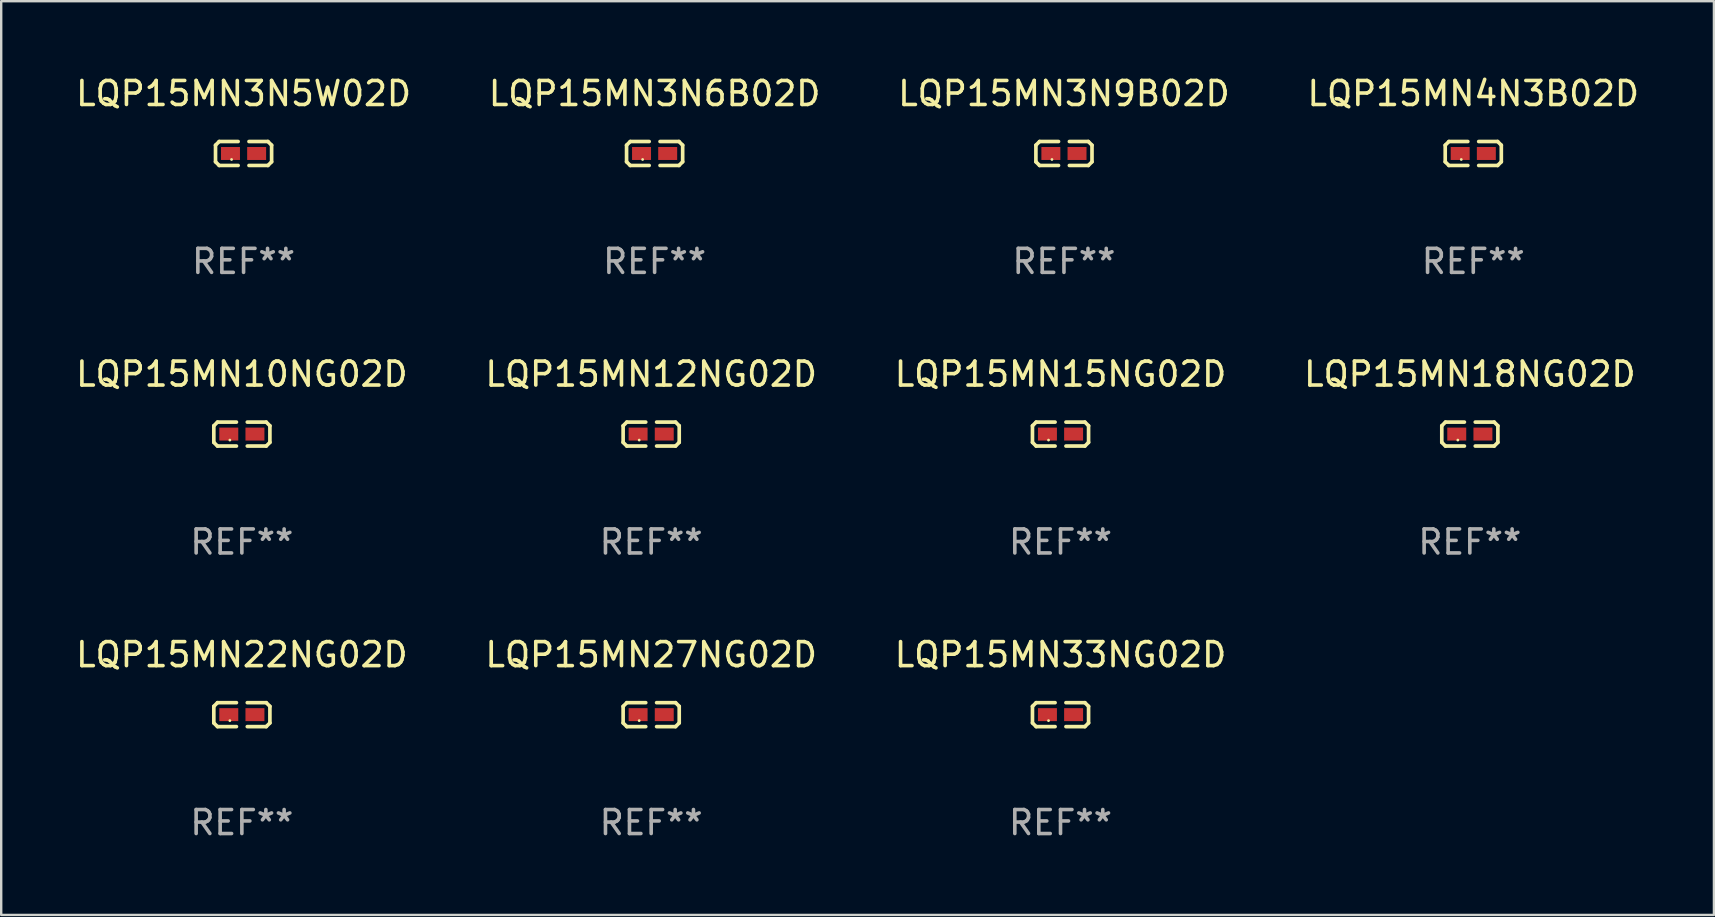
<source format=kicad_pcb>
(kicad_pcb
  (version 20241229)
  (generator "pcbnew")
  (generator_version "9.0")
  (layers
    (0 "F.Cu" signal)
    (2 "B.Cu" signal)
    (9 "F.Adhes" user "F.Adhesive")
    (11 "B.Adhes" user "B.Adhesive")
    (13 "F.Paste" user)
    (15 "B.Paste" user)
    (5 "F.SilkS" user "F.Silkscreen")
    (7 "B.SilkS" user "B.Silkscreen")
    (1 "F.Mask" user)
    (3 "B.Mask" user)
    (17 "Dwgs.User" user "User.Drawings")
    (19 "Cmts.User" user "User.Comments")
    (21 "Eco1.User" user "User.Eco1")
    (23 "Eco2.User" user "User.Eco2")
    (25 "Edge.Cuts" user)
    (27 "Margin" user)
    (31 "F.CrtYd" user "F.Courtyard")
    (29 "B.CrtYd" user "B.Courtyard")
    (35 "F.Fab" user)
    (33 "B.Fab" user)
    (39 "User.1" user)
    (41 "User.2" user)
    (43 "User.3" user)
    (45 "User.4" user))
  (footprint "LQP15MN27NG02D"
    (layer "F.Cu")
    (at 24.089 26.734)
    (property "Reference" "LQP15MN27NG02D" (at 0 -2.499 0) (layer "F.SilkS") (effects (font (size 1 1) (thickness 0.15))))
    (attr through_hole)
    (fp_line (start -1.169 -0.346) (end -1.016 -0.499) (stroke (width 0.152) (type solid)) (layer "F.SilkS"))
    (fp_line (start -1.169 0.346) (end -1.169 -0.346) (stroke (width 0.152) (type solid)) (layer "F.SilkS"))
    (fp_line (start -1.016 -0.499) (end -0.226 -0.499) (stroke (width 0.152) (type solid)) (layer "F.SilkS"))
    (fp_line (start -1.016 0.499) (end -1.169 0.346) (stroke (width 0.152) (type solid)) (layer "F.SilkS"))
    (fp_line (start -0.226 0.499) (end -1.016 0.499) (stroke (width 0.152) (type solid)) (layer "F.SilkS"))
    (fp_line (start 0.226 0.499) (end 1.016 0.499) (stroke (width 0.152) (type solid)) (layer "F.SilkS"))
    (fp_line (start 1.016 -0.499) (end 0.226 -0.499) (stroke (width 0.152) (type solid)) (layer "F.SilkS"))
    (fp_line (start 1.016 0.499) (end 1.169 0.346) (stroke (width 0.152) (type solid)) (layer "F.SilkS"))
    (fp_line (start 1.169 -0.346) (end 1.016 -0.499) (stroke (width 0.152) (type solid)) (layer "F.SilkS"))
    (fp_line (start 1.169 0.346) (end 1.169 -0.346) (stroke (width 0.152) (type solid)) (layer "F.SilkS"))
    (fp_circle (center -0.5 0.25) (end -0.47 0.25) (stroke (width 0.06) (type solid)) (fill no) (layer "F.SilkS"))
    (fp_text user "REF**" (at 0 4.499 0) (layer "F.Fab") (effects (font (size 1 1) (thickness 0.15))))
    (pad "1" smd rect (at -0.545 0) (size 0.79 0.54) (layers "F.Cu" "F.Mask" "F.Paste"))
    (pad "2" smd rect (at 0.545 0) (size 0.79 0.54) (layers "F.Cu" "F.Mask" "F.Paste")))
  (footprint "LQP15MN3N6B02D"
    (layer "F.Cu")
    (at 24.232 3.347)
    (property "Reference" "LQP15MN3N6B02D" (at 0 -2.499 0) (layer "F.SilkS") (effects (font (size 1 1) (thickness 0.15))))
    (attr through_hole)
    (fp_line (start -1.169 -0.346) (end -1.016 -0.499) (stroke (width 0.152) (type solid)) (layer "F.SilkS"))
    (fp_line (start -1.169 0.346) (end -1.169 -0.346) (stroke (width 0.152) (type solid)) (layer "F.SilkS"))
    (fp_line (start -1.016 -0.499) (end -0.226 -0.499) (stroke (width 0.152) (type solid)) (layer "F.SilkS"))
    (fp_line (start -1.016 0.499) (end -1.169 0.346) (stroke (width 0.152) (type solid)) (layer "F.SilkS"))
    (fp_line (start -0.226 0.499) (end -1.016 0.499) (stroke (width 0.152) (type solid)) (layer "F.SilkS"))
    (fp_line (start 0.226 0.499) (end 1.016 0.499) (stroke (width 0.152) (type solid)) (layer "F.SilkS"))
    (fp_line (start 1.016 -0.499) (end 0.226 -0.499) (stroke (width 0.152) (type solid)) (layer "F.SilkS"))
    (fp_line (start 1.016 0.499) (end 1.169 0.346) (stroke (width 0.152) (type solid)) (layer "F.SilkS"))
    (fp_line (start 1.169 -0.346) (end 1.016 -0.499) (stroke (width 0.152) (type solid)) (layer "F.SilkS"))
    (fp_line (start 1.169 0.346) (end 1.169 -0.346) (stroke (width 0.152) (type solid)) (layer "F.SilkS"))
    (fp_circle (center -0.5 0.25) (end -0.47 0.25) (stroke (width 0.06) (type solid)) (fill no) (layer "F.SilkS"))
    (fp_text user "REF**" (at 0 4.499 0) (layer "F.Fab") (effects (font (size 1 1) (thickness 0.15))))
    (pad "1" smd rect (at -0.545 0) (size 0.79 0.54) (layers "F.Cu" "F.Mask" "F.Paste"))
    (pad "2" smd rect (at 0.545 0) (size 0.79 0.54) (layers "F.Cu" "F.Mask" "F.Paste")))
  (footprint "LQP15MN10NG02D"
    (layer "F.Cu")
    (at 7.03 15.041)
    (property "Reference" "LQP15MN10NG02D" (at 0 -2.499 0) (layer "F.SilkS") (effects (font (size 1 1) (thickness 0.15))))
    (attr through_hole)
    (fp_line (start -1.169 -0.346) (end -1.016 -0.499) (stroke (width 0.152) (type solid)) (layer "F.SilkS"))
    (fp_line (start -1.169 0.346) (end -1.169 -0.346) (stroke (width 0.152) (type solid)) (layer "F.SilkS"))
    (fp_line (start -1.016 -0.499) (end -0.226 -0.499) (stroke (width 0.152) (type solid)) (layer "F.SilkS"))
    (fp_line (start -1.016 0.499) (end -1.169 0.346) (stroke (width 0.152) (type solid)) (layer "F.SilkS"))
    (fp_line (start -0.226 0.499) (end -1.016 0.499) (stroke (width 0.152) (type solid)) (layer "F.SilkS"))
    (fp_line (start 0.226 0.499) (end 1.016 0.499) (stroke (width 0.152) (type solid)) (layer "F.SilkS"))
    (fp_line (start 1.016 -0.499) (end 0.226 -0.499) (stroke (width 0.152) (type solid)) (layer "F.SilkS"))
    (fp_line (start 1.016 0.499) (end 1.169 0.346) (stroke (width 0.152) (type solid)) (layer "F.SilkS"))
    (fp_line (start 1.169 -0.346) (end 1.016 -0.499) (stroke (width 0.152) (type solid)) (layer "F.SilkS"))
    (fp_line (start 1.169 0.346) (end 1.169 -0.346) (stroke (width 0.152) (type solid)) (layer "F.SilkS"))
    (fp_circle (center -0.5 0.25) (end -0.47 0.25) (stroke (width 0.06) (type solid)) (fill no) (layer "F.SilkS"))
    (fp_text user "REF**" (at 0 4.499 0) (layer "F.Fab") (effects (font (size 1 1) (thickness 0.15))))
    (pad "1" smd rect (at -0.545 0) (size 0.79 0.54) (layers "F.Cu" "F.Mask" "F.Paste"))
    (pad "2" smd rect (at 0.545 0) (size 0.79 0.54) (layers "F.Cu" "F.Mask" "F.Paste")))
  (footprint "LQP15MN12NG02D"
    (layer "F.Cu")
    (at 24.089 15.041)
    (property "Reference" "LQP15MN12NG02D" (at 0 -2.499 0) (layer "F.SilkS") (effects (font (size 1 1) (thickness 0.15))))
    (attr through_hole)
    (fp_line (start -1.169 -0.346) (end -1.016 -0.499) (stroke (width 0.152) (type solid)) (layer "F.SilkS"))
    (fp_line (start -1.169 0.346) (end -1.169 -0.346) (stroke (width 0.152) (type solid)) (layer "F.SilkS"))
    (fp_line (start -1.016 -0.499) (end -0.226 -0.499) (stroke (width 0.152) (type solid)) (layer "F.SilkS"))
    (fp_line (start -1.016 0.499) (end -1.169 0.346) (stroke (width 0.152) (type solid)) (layer "F.SilkS"))
    (fp_line (start -0.226 0.499) (end -1.016 0.499) (stroke (width 0.152) (type solid)) (layer "F.SilkS"))
    (fp_line (start 0.226 0.499) (end 1.016 0.499) (stroke (width 0.152) (type solid)) (layer "F.SilkS"))
    (fp_line (start 1.016 -0.499) (end 0.226 -0.499) (stroke (width 0.152) (type solid)) (layer "F.SilkS"))
    (fp_line (start 1.016 0.499) (end 1.169 0.346) (stroke (width 0.152) (type solid)) (layer "F.SilkS"))
    (fp_line (start 1.169 -0.346) (end 1.016 -0.499) (stroke (width 0.152) (type solid)) (layer "F.SilkS"))
    (fp_line (start 1.169 0.346) (end 1.169 -0.346) (stroke (width 0.152) (type solid)) (layer "F.SilkS"))
    (fp_circle (center -0.5 0.25) (end -0.47 0.25) (stroke (width 0.06) (type solid)) (fill no) (layer "F.SilkS"))
    (fp_text user "REF**" (at 0 4.499 0) (layer "F.Fab") (effects (font (size 1 1) (thickness 0.15))))
    (pad "1" smd rect (at -0.545 0) (size 0.79 0.54) (layers "F.Cu" "F.Mask" "F.Paste"))
    (pad "2" smd rect (at 0.545 0) (size 0.79 0.54) (layers "F.Cu" "F.Mask" "F.Paste")))
  (footprint "LQP15MN3N9B02D"
    (layer "F.Cu")
    (at 41.292 3.347)
    (property "Reference" "LQP15MN3N9B02D" (at 0 -2.499 0) (layer "F.SilkS") (effects (font (size 1 1) (thickness 0.15))))
    (attr through_hole)
    (fp_line (start -1.169 -0.346) (end -1.016 -0.499) (stroke (width 0.152) (type solid)) (layer "F.SilkS"))
    (fp_line (start -1.169 0.346) (end -1.169 -0.346) (stroke (width 0.152) (type solid)) (layer "F.SilkS"))
    (fp_line (start -1.016 -0.499) (end -0.226 -0.499) (stroke (width 0.152) (type solid)) (layer "F.SilkS"))
    (fp_line (start -1.016 0.499) (end -1.169 0.346) (stroke (width 0.152) (type solid)) (layer "F.SilkS"))
    (fp_line (start -0.226 0.499) (end -1.016 0.499) (stroke (width 0.152) (type solid)) (layer "F.SilkS"))
    (fp_line (start 0.226 0.499) (end 1.016 0.499) (stroke (width 0.152) (type solid)) (layer "F.SilkS"))
    (fp_line (start 1.016 -0.499) (end 0.226 -0.499) (stroke (width 0.152) (type solid)) (layer "F.SilkS"))
    (fp_line (start 1.016 0.499) (end 1.169 0.346) (stroke (width 0.152) (type solid)) (layer "F.SilkS"))
    (fp_line (start 1.169 -0.346) (end 1.016 -0.499) (stroke (width 0.152) (type solid)) (layer "F.SilkS"))
    (fp_line (start 1.169 0.346) (end 1.169 -0.346) (stroke (width 0.152) (type solid)) (layer "F.SilkS"))
    (fp_circle (center -0.5 0.25) (end -0.47 0.25) (stroke (width 0.06) (type solid)) (fill no) (layer "F.SilkS"))
    (fp_text user "REF**" (at 0 4.499 0) (layer "F.Fab") (effects (font (size 1 1) (thickness 0.15))))
    (pad "1" smd rect (at -0.545 0) (size 0.79 0.54) (layers "F.Cu" "F.Mask" "F.Paste"))
    (pad "2" smd rect (at 0.545 0) (size 0.79 0.54) (layers "F.Cu" "F.Mask" "F.Paste")))
  (footprint "LQP15MN18NG02D"
    (layer "F.Cu")
    (at 58.208 15.041)
    (property "Reference" "LQP15MN18NG02D" (at 0 -2.499 0) (layer "F.SilkS") (effects (font (size 1 1) (thickness 0.15))))
    (attr through_hole)
    (fp_line (start -1.169 -0.346) (end -1.016 -0.499) (stroke (width 0.152) (type solid)) (layer "F.SilkS"))
    (fp_line (start -1.169 0.346) (end -1.169 -0.346) (stroke (width 0.152) (type solid)) (layer "F.SilkS"))
    (fp_line (start -1.016 -0.499) (end -0.226 -0.499) (stroke (width 0.152) (type solid)) (layer "F.SilkS"))
    (fp_line (start -1.016 0.499) (end -1.169 0.346) (stroke (width 0.152) (type solid)) (layer "F.SilkS"))
    (fp_line (start -0.226 0.499) (end -1.016 0.499) (stroke (width 0.152) (type solid)) (layer "F.SilkS"))
    (fp_line (start 0.226 0.499) (end 1.016 0.499) (stroke (width 0.152) (type solid)) (layer "F.SilkS"))
    (fp_line (start 1.016 -0.499) (end 0.226 -0.499) (stroke (width 0.152) (type solid)) (layer "F.SilkS"))
    (fp_line (start 1.016 0.499) (end 1.169 0.346) (stroke (width 0.152) (type solid)) (layer "F.SilkS"))
    (fp_line (start 1.169 -0.346) (end 1.016 -0.499) (stroke (width 0.152) (type solid)) (layer "F.SilkS"))
    (fp_line (start 1.169 0.346) (end 1.169 -0.346) (stroke (width 0.152) (type solid)) (layer "F.SilkS"))
    (fp_circle (center -0.5 0.25) (end -0.47 0.25) (stroke (width 0.06) (type solid)) (fill no) (layer "F.SilkS"))
    (fp_text user "REF**" (at 0 4.499 0) (layer "F.Fab") (effects (font (size 1 1) (thickness 0.15))))
    (pad "1" smd rect (at -0.545 0) (size 0.79 0.54) (layers "F.Cu" "F.Mask" "F.Paste"))
    (pad "2" smd rect (at 0.545 0) (size 0.79 0.54) (layers "F.Cu" "F.Mask" "F.Paste")))
  (footprint "LQP15MN22NG02D"
    (layer "F.Cu")
    (at 7.03 26.734)
    (property "Reference" "LQP15MN22NG02D" (at 0 -2.499 0) (layer "F.SilkS") (effects (font (size 1 1) (thickness 0.15))))
    (attr through_hole)
    (fp_line (start -1.169 -0.346) (end -1.016 -0.499) (stroke (width 0.152) (type solid)) (layer "F.SilkS"))
    (fp_line (start -1.169 0.346) (end -1.169 -0.346) (stroke (width 0.152) (type solid)) (layer "F.SilkS"))
    (fp_line (start -1.016 -0.499) (end -0.226 -0.499) (stroke (width 0.152) (type solid)) (layer "F.SilkS"))
    (fp_line (start -1.016 0.499) (end -1.169 0.346) (stroke (width 0.152) (type solid)) (layer "F.SilkS"))
    (fp_line (start -0.226 0.499) (end -1.016 0.499) (stroke (width 0.152) (type solid)) (layer "F.SilkS"))
    (fp_line (start 0.226 0.499) (end 1.016 0.499) (stroke (width 0.152) (type solid)) (layer "F.SilkS"))
    (fp_line (start 1.016 -0.499) (end 0.226 -0.499) (stroke (width 0.152) (type solid)) (layer "F.SilkS"))
    (fp_line (start 1.016 0.499) (end 1.169 0.346) (stroke (width 0.152) (type solid)) (layer "F.SilkS"))
    (fp_line (start 1.169 -0.346) (end 1.016 -0.499) (stroke (width 0.152) (type solid)) (layer "F.SilkS"))
    (fp_line (start 1.169 0.346) (end 1.169 -0.346) (stroke (width 0.152) (type solid)) (layer "F.SilkS"))
    (fp_circle (center -0.5 0.25) (end -0.47 0.25) (stroke (width 0.06) (type solid)) (fill no) (layer "F.SilkS"))
    (fp_text user "REF**" (at 0 4.499 0) (layer "F.Fab") (effects (font (size 1 1) (thickness 0.15))))
    (pad "1" smd rect (at -0.545 0) (size 0.79 0.54) (layers "F.Cu" "F.Mask" "F.Paste"))
    (pad "2" smd rect (at 0.545 0) (size 0.79 0.54) (layers "F.Cu" "F.Mask" "F.Paste")))
  (footprint "LQP15MN3N5W02D"
    (layer "F.Cu")
    (at 7.101 3.347)
    (property "Reference" "LQP15MN3N5W02D" (at 0 -2.499 0) (layer "F.SilkS") (effects (font (size 1 1) (thickness 0.15))))
    (attr through_hole)
    (fp_line (start -1.169 -0.346) (end -1.016 -0.499) (stroke (width 0.152) (type solid)) (layer "F.SilkS"))
    (fp_line (start -1.169 0.346) (end -1.169 -0.346) (stroke (width 0.152) (type solid)) (layer "F.SilkS"))
    (fp_line (start -1.016 -0.499) (end -0.226 -0.499) (stroke (width 0.152) (type solid)) (layer "F.SilkS"))
    (fp_line (start -1.016 0.499) (end -1.169 0.346) (stroke (width 0.152) (type solid)) (layer "F.SilkS"))
    (fp_line (start -0.226 0.499) (end -1.016 0.499) (stroke (width 0.152) (type solid)) (layer "F.SilkS"))
    (fp_line (start 0.226 0.499) (end 1.016 0.499) (stroke (width 0.152) (type solid)) (layer "F.SilkS"))
    (fp_line (start 1.016 -0.499) (end 0.226 -0.499) (stroke (width 0.152) (type solid)) (layer "F.SilkS"))
    (fp_line (start 1.016 0.499) (end 1.169 0.346) (stroke (width 0.152) (type solid)) (layer "F.SilkS"))
    (fp_line (start 1.169 -0.346) (end 1.016 -0.499) (stroke (width 0.152) (type solid)) (layer "F.SilkS"))
    (fp_line (start 1.169 0.346) (end 1.169 -0.346) (stroke (width 0.152) (type solid)) (layer "F.SilkS"))
    (fp_circle (center -0.5 0.25) (end -0.47 0.25) (stroke (width 0.06) (type solid)) (fill no) (layer "F.SilkS"))
    (fp_text user "REF**" (at 0 4.499 0) (layer "F.Fab") (effects (font (size 1 1) (thickness 0.15))))
    (pad "1" smd rect (at -0.545 0) (size 0.79 0.54) (layers "F.Cu" "F.Mask" "F.Paste"))
    (pad "2" smd rect (at 0.545 0) (size 0.79 0.54) (layers "F.Cu" "F.Mask" "F.Paste")))
  (footprint "LQP15MN33NG02D"
    (layer "F.Cu")
    (at 41.149 26.734)
    (property "Reference" "LQP15MN33NG02D" (at 0 -2.499 0) (layer "F.SilkS") (effects (font (size 1 1) (thickness 0.15))))
    (attr through_hole)
    (fp_line (start -1.169 -0.346) (end -1.016 -0.499) (stroke (width 0.152) (type solid)) (layer "F.SilkS"))
    (fp_line (start -1.169 0.346) (end -1.169 -0.346) (stroke (width 0.152) (type solid)) (layer "F.SilkS"))
    (fp_line (start -1.016 -0.499) (end -0.226 -0.499) (stroke (width 0.152) (type solid)) (layer "F.SilkS"))
    (fp_line (start -1.016 0.499) (end -1.169 0.346) (stroke (width 0.152) (type solid)) (layer "F.SilkS"))
    (fp_line (start -0.226 0.499) (end -1.016 0.499) (stroke (width 0.152) (type solid)) (layer "F.SilkS"))
    (fp_line (start 0.226 0.499) (end 1.016 0.499) (stroke (width 0.152) (type solid)) (layer "F.SilkS"))
    (fp_line (start 1.016 -0.499) (end 0.226 -0.499) (stroke (width 0.152) (type solid)) (layer "F.SilkS"))
    (fp_line (start 1.016 0.499) (end 1.169 0.346) (stroke (width 0.152) (type solid)) (layer "F.SilkS"))
    (fp_line (start 1.169 -0.346) (end 1.016 -0.499) (stroke (width 0.152) (type solid)) (layer "F.SilkS"))
    (fp_line (start 1.169 0.346) (end 1.169 -0.346) (stroke (width 0.152) (type solid)) (layer "F.SilkS"))
    (fp_circle (center -0.5 0.25) (end -0.47 0.25) (stroke (width 0.06) (type solid)) (fill no) (layer "F.SilkS"))
    (fp_text user "REF**" (at 0 4.499 0) (layer "F.Fab") (effects (font (size 1 1) (thickness 0.15))))
    (pad "1" smd rect (at -0.545 0) (size 0.79 0.54) (layers "F.Cu" "F.Mask" "F.Paste"))
    (pad "2" smd rect (at 0.545 0) (size 0.79 0.54) (layers "F.Cu" "F.Mask" "F.Paste")))
  (footprint "LQP15MN4N3B02D"
    (layer "F.Cu")
    (at 58.351 3.347)
    (property "Reference" "LQP15MN4N3B02D" (at 0 -2.499 0) (layer "F.SilkS") (effects (font (size 1 1) (thickness 0.15))))
    (attr through_hole)
    (fp_line (start -1.169 -0.346) (end -1.016 -0.499) (stroke (width 0.152) (type solid)) (layer "F.SilkS"))
    (fp_line (start -1.169 0.346) (end -1.169 -0.346) (stroke (width 0.152) (type solid)) (layer "F.SilkS"))
    (fp_line (start -1.016 -0.499) (end -0.226 -0.499) (stroke (width 0.152) (type solid)) (layer "F.SilkS"))
    (fp_line (start -1.016 0.499) (end -1.169 0.346) (stroke (width 0.152) (type solid)) (layer "F.SilkS"))
    (fp_line (start -0.226 0.499) (end -1.016 0.499) (stroke (width 0.152) (type solid)) (layer "F.SilkS"))
    (fp_line (start 0.226 0.499) (end 1.016 0.499) (stroke (width 0.152) (type solid)) (layer "F.SilkS"))
    (fp_line (start 1.016 -0.499) (end 0.226 -0.499) (stroke (width 0.152) (type solid)) (layer "F.SilkS"))
    (fp_line (start 1.016 0.499) (end 1.169 0.346) (stroke (width 0.152) (type solid)) (layer "F.SilkS"))
    (fp_line (start 1.169 -0.346) (end 1.016 -0.499) (stroke (width 0.152) (type solid)) (layer "F.SilkS"))
    (fp_line (start 1.169 0.346) (end 1.169 -0.346) (stroke (width 0.152) (type solid)) (layer "F.SilkS"))
    (fp_circle (center -0.5 0.25) (end -0.47 0.25) (stroke (width 0.06) (type solid)) (fill no) (layer "F.SilkS"))
    (fp_text user "REF**" (at 0 4.499 0) (layer "F.Fab") (effects (font (size 1 1) (thickness 0.15))))
    (pad "1" smd rect (at -0.545 0) (size 0.79 0.54) (layers "F.Cu" "F.Mask" "F.Paste"))
    (pad "2" smd rect (at 0.545 0) (size 0.79 0.54) (layers "F.Cu" "F.Mask" "F.Paste")))
  (footprint "LQP15MN15NG02D"
    (layer "F.Cu")
    (at 41.149 15.041)
    (property "Reference" "LQP15MN15NG02D" (at 0 -2.499 0) (layer "F.SilkS") (effects (font (size 1 1) (thickness 0.15))))
    (attr through_hole)
    (fp_line (start -1.169 -0.346) (end -1.016 -0.499) (stroke (width 0.152) (type solid)) (layer "F.SilkS"))
    (fp_line (start -1.169 0.346) (end -1.169 -0.346) (stroke (width 0.152) (type solid)) (layer "F.SilkS"))
    (fp_line (start -1.016 -0.499) (end -0.226 -0.499) (stroke (width 0.152) (type solid)) (layer "F.SilkS"))
    (fp_line (start -1.016 0.499) (end -1.169 0.346) (stroke (width 0.152) (type solid)) (layer "F.SilkS"))
    (fp_line (start -0.226 0.499) (end -1.016 0.499) (stroke (width 0.152) (type solid)) (layer "F.SilkS"))
    (fp_line (start 0.226 0.499) (end 1.016 0.499) (stroke (width 0.152) (type solid)) (layer "F.SilkS"))
    (fp_line (start 1.016 -0.499) (end 0.226 -0.499) (stroke (width 0.152) (type solid)) (layer "F.SilkS"))
    (fp_line (start 1.016 0.499) (end 1.169 0.346) (stroke (width 0.152) (type solid)) (layer "F.SilkS"))
    (fp_line (start 1.169 -0.346) (end 1.016 -0.499) (stroke (width 0.152) (type solid)) (layer "F.SilkS"))
    (fp_line (start 1.169 0.346) (end 1.169 -0.346) (stroke (width 0.152) (type solid)) (layer "F.SilkS"))
    (fp_circle (center -0.5 0.25) (end -0.47 0.25) (stroke (width 0.06) (type solid)) (fill no) (layer "F.SilkS"))
    (fp_text user "REF**" (at 0 4.499 0) (layer "F.Fab") (effects (font (size 1 1) (thickness 0.15))))
    (pad "1" smd rect (at -0.545 0) (size 0.79 0.54) (layers "F.Cu" "F.Mask" "F.Paste"))
    (pad "2" smd rect (at 0.545 0) (size 0.79 0.54) (layers "F.Cu" "F.Mask" "F.Paste")))
  (gr_rect
    (start -3 -3)
    (end 68.381 35.081)
    (stroke (width 0.1) (type default))
    (fill no)
    (layer "Edge.Cuts")))
</source>
